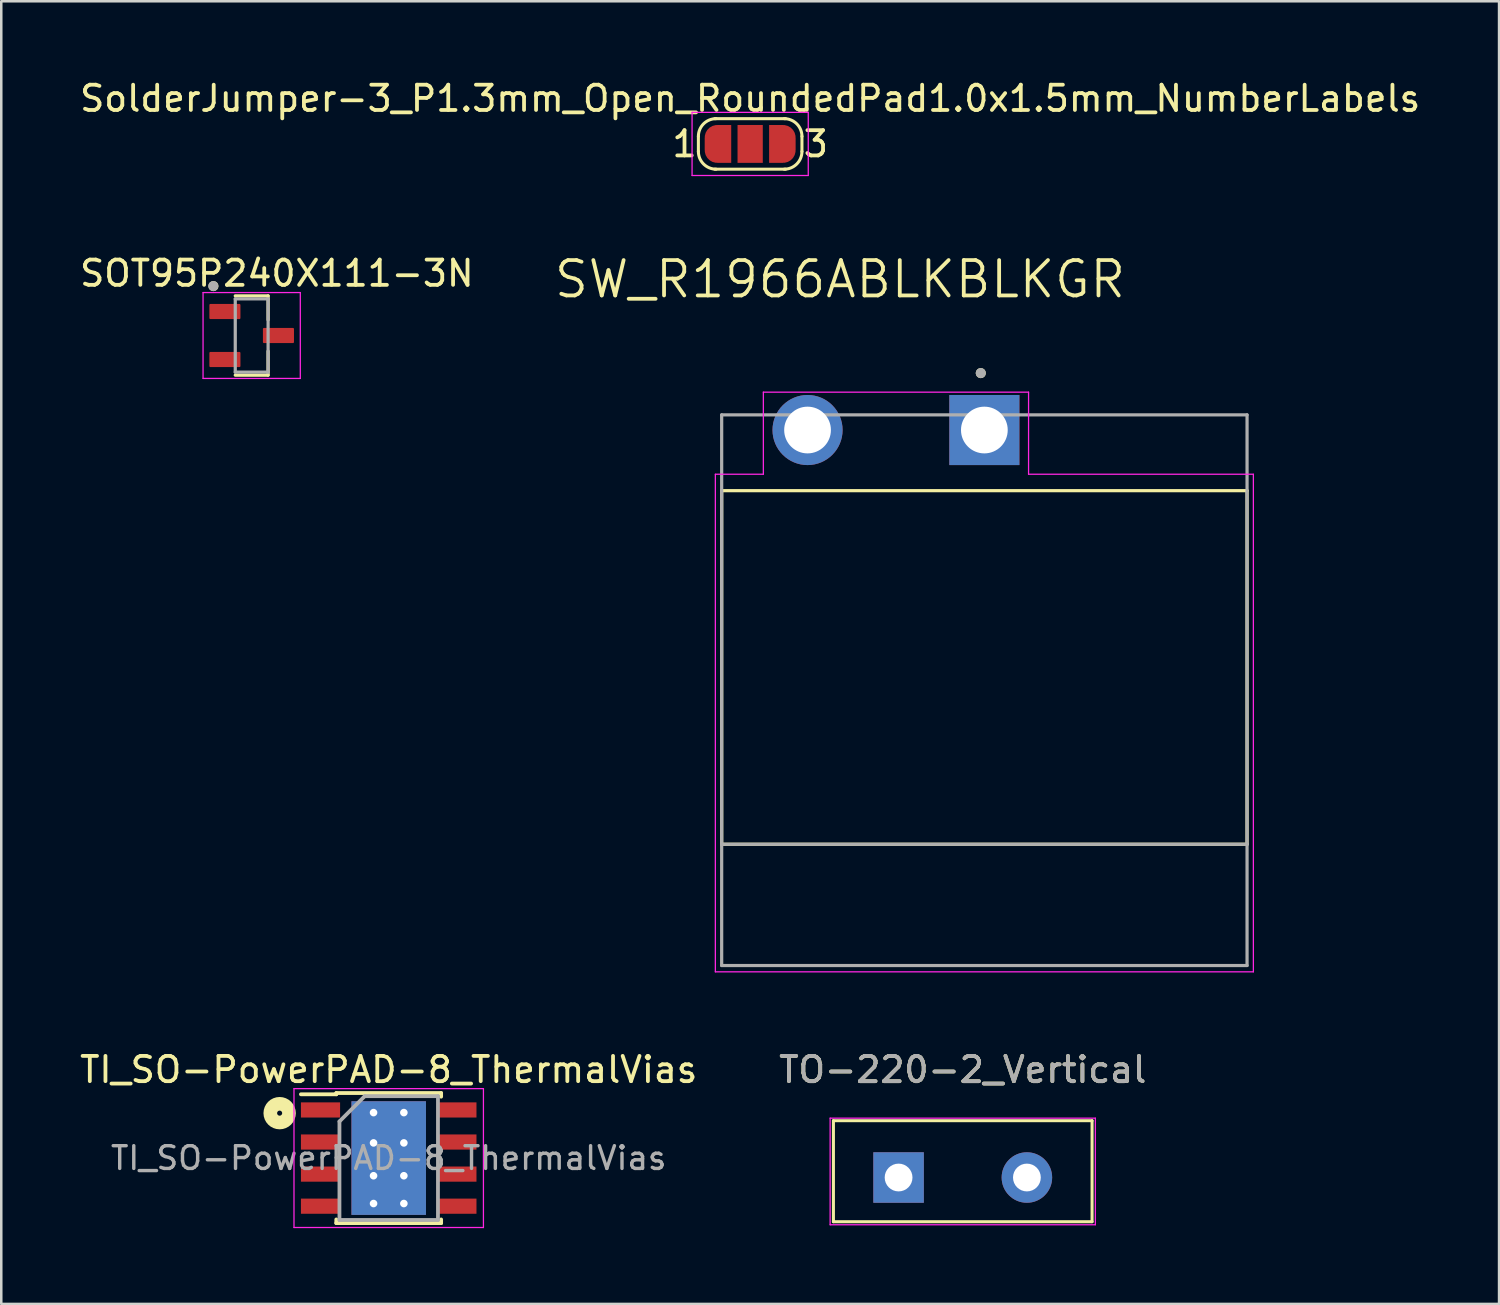
<source format=kicad_pcb>
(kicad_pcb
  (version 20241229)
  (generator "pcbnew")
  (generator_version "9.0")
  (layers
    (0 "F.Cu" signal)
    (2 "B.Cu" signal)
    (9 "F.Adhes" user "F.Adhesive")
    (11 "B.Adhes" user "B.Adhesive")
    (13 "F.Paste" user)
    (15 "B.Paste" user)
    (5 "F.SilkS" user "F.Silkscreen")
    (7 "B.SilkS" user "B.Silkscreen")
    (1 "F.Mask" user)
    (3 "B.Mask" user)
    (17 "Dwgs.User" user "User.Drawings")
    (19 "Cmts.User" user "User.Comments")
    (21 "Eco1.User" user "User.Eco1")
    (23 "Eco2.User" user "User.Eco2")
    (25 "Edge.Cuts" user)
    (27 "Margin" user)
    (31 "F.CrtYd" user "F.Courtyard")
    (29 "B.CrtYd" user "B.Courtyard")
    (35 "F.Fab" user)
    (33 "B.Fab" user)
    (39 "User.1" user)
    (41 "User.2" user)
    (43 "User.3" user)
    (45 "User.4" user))
  (footprint "TI_SO-PowerPAD-8_ThermalVias"
    (layer "F.Cu")
    (at 12.339 42.798)
    (property "Reference" "TI_SO-PowerPAD-8_ThermalVias" (at 0 -3.5 0) (layer "F.SilkS") (effects (font (size 1 1) (thickness 0.15))))
    (attr smd)
    (fp_line (start -2.075 -2.575) (end -2.075 -2.525) (stroke (width 0.15) (type solid)) (layer "F.SilkS"))
    (fp_line (start -2.075 -2.575) (end 2.075 -2.575) (stroke (width 0.15) (type solid)) (layer "F.SilkS"))
    (fp_line (start -2.075 -2.525) (end -3.475 -2.525) (stroke (width 0.15) (type solid)) (layer "F.SilkS"))
    (fp_line (start -2.075 2.575) (end -2.075 2.43) (stroke (width 0.15) (type solid)) (layer "F.SilkS"))
    (fp_line (start -2.075 2.575) (end 2.075 2.575) (stroke (width 0.15) (type solid)) (layer "F.SilkS"))
    (fp_line (start 2.075 -2.575) (end 2.075 -2.43) (stroke (width 0.15) (type solid)) (layer "F.SilkS"))
    (fp_line (start 2.075 2.575) (end 2.075 2.43) (stroke (width 0.15) (type solid)) (layer "F.SilkS"))
    (fp_circle (center -4.318 -1.778) (end -4.218 -1.778) (stroke (width 0.54) (type default)) (fill no) (layer "F.SilkS"))
    (fp_line (start -3.75 -2.75) (end -3.75 2.75) (stroke (width 0.05) (type solid)) (layer "F.CrtYd"))
    (fp_line (start -3.75 -2.75) (end 3.75 -2.75) (stroke (width 0.05) (type solid)) (layer "F.CrtYd"))
    (fp_line (start -3.75 2.75) (end 3.75 2.75) (stroke (width 0.05) (type solid)) (layer "F.CrtYd"))
    (fp_line (start 3.75 -2.75) (end 3.75 2.75) (stroke (width 0.05) (type solid)) (layer "F.CrtYd"))
    (fp_line (start -1.95 -1.45) (end -0.95 -2.45) (stroke (width 0.15) (type solid)) (layer "F.Fab"))
    (fp_line (start -1.95 2.45) (end -1.95 -1.45) (stroke (width 0.15) (type solid)) (layer "F.Fab"))
    (fp_line (start -0.95 -2.45) (end 1.95 -2.45) (stroke (width 0.15) (type solid)) (layer "F.Fab"))
    (fp_line (start 1.95 -2.45) (end 1.95 2.45) (stroke (width 0.15) (type solid)) (layer "F.Fab"))
    (fp_line (start 1.95 2.45) (end -1.95 2.45) (stroke (width 0.15) (type solid)) (layer "F.Fab"))
    (fp_text user "${REFERENCE}" (at 0 0 0) (layer "F.Fab") (effects (font (size 0.9 0.9) (thickness 0.135))))
    (pad "1" smd rect (at -2.7 -1.905) (size 1.55 0.6) (layers "F.Cu" "F.Mask" "F.Paste"))
    (pad "2" smd rect (at -2.7 -0.635) (size 1.55 0.6) (layers "F.Cu" "F.Mask" "F.Paste"))
    (pad "3" smd rect (at -2.7 0.635) (size 1.55 0.6) (layers "F.Cu" "F.Mask" "F.Paste"))
    (pad "4" smd rect (at -2.7 1.905) (size 1.55 0.6) (layers "F.Cu" "F.Mask" "F.Paste"))
    (pad "5" smd rect (at 2.7 1.905) (size 1.55 0.6) (layers "F.Cu" "F.Mask" "F.Paste"))
    (pad "6" smd rect (at 2.7 0.635) (size 1.55 0.6) (layers "F.Cu" "F.Mask" "F.Paste"))
    (pad "7" smd rect (at 2.7 -0.635) (size 1.55 0.6) (layers "F.Cu" "F.Mask" "F.Paste"))
    (pad "8" smd rect (at 2.7 -1.905) (size 1.55 0.6) (layers "F.Cu" "F.Mask" "F.Paste"))
    (pad "9" thru_hole circle (at -0.6 -1.8) (size 0.6 0.6) (drill 0.3) (layers "*.Cu"))
    (pad "9" thru_hole circle (at -0.6 -0.6) (size 0.6 0.6) (drill 0.3) (layers "*.Cu"))
    (pad "9" thru_hole circle (at -0.6 0.7) (size 0.6 0.6) (drill 0.3) (layers "*.Cu"))
    (pad "9" thru_hole circle (at -0.6 1.8) (size 0.6 0.6) (drill 0.3) (layers "*.Cu"))
    (pad "9" smd rect (at 0 0) (size 2.6 3.1) (layers "F.Cu" "F.Mask" "F.Paste"))
    (pad "9" smd rect (at 0 0) (size 2.95 4.5) (layers "F.Cu"))
    (pad "9" smd rect (at 0 0) (size 2.95 4.5) (layers "B.Cu"))
    (pad "9" thru_hole circle (at 0.6 -1.8) (size 0.6 0.6) (drill 0.3) (layers "*.Cu"))
    (pad "9" thru_hole circle (at 0.6 -0.6) (size 0.6 0.6) (drill 0.3) (layers "*.Cu"))
    (pad "9" thru_hole circle (at 0.6 0.7) (size 0.6 0.6) (drill 0.3) (layers "*.Cu"))
    (pad "9" thru_hole circle (at 0.6 1.8) (size 0.6 0.6) (drill 0.3) (layers "*.Cu")))
  (footprint "SW_R1966ABLKBLKGR"
    (layer "F.Cu")
    (at 35.921 13.975)
    (property "Reference" "SW_R1966ABLKBLKGR" (at -5.715 -5.969 0) (layer "F.SilkS") (effects (font (size 1.4 1.4) (thickness 0.15))))
    (attr through_hole)
    (fp_line (start -10.4 2.4) (end -10.4 16.4) (stroke (width 0.127) (type solid)) (layer "F.SilkS"))
    (fp_line (start -10.4 2.4) (end 10.4 2.4) (stroke (width 0.127) (type solid)) (layer "F.SilkS"))
    (fp_line (start -10.4 16.4) (end 10.4 16.4) (stroke (width 0.127) (type solid)) (layer "F.SilkS"))
    (fp_line (start 10.4 16.4) (end 10.4 2.4) (stroke (width 0.127) (type solid)) (layer "F.SilkS"))
    (fp_circle (center -0.142 -2.254) (end -0.042 -2.254) (stroke (width 0.2) (type solid)) (fill no) (layer "F.SilkS"))
    (fp_line (start -10.65 21.45) (end -10.65 1.75) (stroke (width 0.05) (type solid)) (layer "F.CrtYd"))
    (fp_line (start -8.75 -1.5) (end 1.75 -1.5) (stroke (width 0.05) (type solid)) (layer "F.CrtYd"))
    (fp_line (start -8.75 1.75) (end -10.65 1.75) (stroke (width 0.05) (type solid)) (layer "F.CrtYd"))
    (fp_line (start -8.75 1.75) (end -8.75 -1.5) (stroke (width 0.05) (type solid)) (layer "F.CrtYd"))
    (fp_line (start 1.75 1.75) (end 1.75 -1.5) (stroke (width 0.05) (type solid)) (layer "F.CrtYd"))
    (fp_line (start 1.75 1.75) (end 10.65 1.75) (stroke (width 0.05) (type solid)) (layer "F.CrtYd"))
    (fp_line (start 10.65 1.75) (end 10.65 21.45) (stroke (width 0.05) (type solid)) (layer "F.CrtYd"))
    (fp_line (start 10.65 21.45) (end -10.65 21.45) (stroke (width 0.05) (type solid)) (layer "F.CrtYd"))
    (fp_line (start -10.4 -0.6) (end 10.4 -0.6) (stroke (width 0.127) (type solid)) (layer "F.Fab"))
    (fp_line (start -10.4 16.4) (end -10.4 -0.6) (stroke (width 0.127) (type solid)) (layer "F.Fab"))
    (fp_line (start -10.4 16.4) (end 10.4 16.4) (stroke (width 0.127) (type solid)) (layer "F.Fab"))
    (fp_line (start -10.4 21.2) (end -10.4 16.4) (stroke (width 0.127) (type solid)) (layer "F.Fab"))
    (fp_line (start -10.4 21.2) (end 10.4 21.2) (stroke (width 0.127) (type solid)) (layer "F.Fab"))
    (fp_line (start 10.4 -0.6) (end 10.4 16.4) (stroke (width 0.127) (type solid)) (layer "F.Fab"))
    (fp_line (start 10.4 16.4) (end 10.4 21.2) (stroke (width 0.127) (type solid)) (layer "F.Fab"))
    (fp_circle (center -0.142 -2.254) (end -0.042 -2.254) (stroke (width 0.2) (type solid)) (fill no) (layer "F.Fab"))
    (pad "1" thru_hole rect (at 0 0) (size 2.775 2.775) (drill 1.85) (layers "*.Cu" "*.Mask"))
    (pad "2" thru_hole circle (at -7 0) (size 2.775 2.775) (drill 1.85) (layers "*.Cu" "*.Mask")))
  (footprint "SolderJumper-3_P1.3mm_Open_RoundedPad1.0x1.5mm_NumberLabels"
    (layer "F.Cu")
    (at 26.649 2.648)
    (property "Reference" "SolderJumper-3_P1.3mm_Open_RoundedPad1.0x1.5mm_NumberLabels" (at 0 -1.8 0) (layer "F.SilkS") (effects (font (size 1 1) (thickness 0.15))))
    (attr exclude_from_pos_files exclude_from_bom allow_soldermask_bridges)
    (fp_rect (start -0.75 -0.849) (end 0.75 0.849) (stroke (width 0) (type default)) (fill yes) (layer "F.Mask"))
    (fp_line (start -2.05 0.3) (end -2.05 -0.3) (stroke (width 0.12) (type solid)) (layer "F.SilkS"))
    (fp_line (start -1.4 -1) (end 1.4 -1) (stroke (width 0.12) (type solid)) (layer "F.SilkS"))
    (fp_line (start 1.4 1) (end -1.4 1) (stroke (width 0.12) (type solid)) (layer "F.SilkS"))
    (fp_line (start 2.05 -0.3) (end 2.05 0.3) (stroke (width 0.12) (type solid)) (layer "F.SilkS"))
    (fp_arc (start -2.05 -0.3) (mid -1.844975 -0.794975) (end -1.35 -1) (stroke (width 0.12) (type solid)) (layer "F.SilkS"))
    (fp_arc (start -1.35 1) (mid -1.844975 0.794975) (end -2.05 0.3) (stroke (width 0.12) (type solid)) (layer "F.SilkS"))
    (fp_arc (start 1.35 -1) (mid 1.844975 -0.794975) (end 2.05 -0.3) (stroke (width 0.12) (type solid)) (layer "F.SilkS"))
    (fp_arc (start 2.05 0.3) (mid 1.844975 0.794975) (end 1.35 1) (stroke (width 0.12) (type solid)) (layer "F.SilkS"))
    (fp_line (start -2.3 -1.25) (end -2.3 1.25) (stroke (width 0.05) (type solid)) (layer "F.CrtYd"))
    (fp_line (start -2.3 -1.25) (end 2.3 -1.25) (stroke (width 0.05) (type solid)) (layer "F.CrtYd"))
    (fp_line (start 2.3 1.25) (end -2.3 1.25) (stroke (width 0.05) (type solid)) (layer "F.CrtYd"))
    (fp_line (start 2.3 1.25) (end 2.3 -1.25) (stroke (width 0.05) (type solid)) (layer "F.CrtYd"))
    (fp_text user "3" (at 2.6 0 0) (layer "F.SilkS") (effects (font (size 1 1) (thickness 0.15))))
    (fp_text user "1" (at -2.6 0 0) (layer "F.SilkS") (effects (font (size 1 1) (thickness 0.15))))
    (pad "1" smd custom (at -1.3 0) (size 1 0.5) (layers "F.Cu" "F.Mask") (options (anchor rect)) (primitives (gr_circle (center 0 0.25) (end 0.5 0.25) (width 0) (fill yes)) (gr_circle (center 0 -0.25) (end 0.5 -0.25) (width 0) (fill yes)) (gr_poly (pts (xy 0.55 0.75) (xy 0 0.75) (xy 0 -0.75) (xy 0.55 -0.75)) (width 0) (fill yes))))
    (pad "2" smd rect (at 0 0) (size 1 1.5) (layers "F.Cu" "F.Mask"))
    (pad "3" smd custom (at 1.3 0) (size 1 0.5) (layers "F.Cu" "F.Mask") (options (anchor rect)) (primitives (gr_circle (center 0 0.25) (end 0.5 0.25) (width 0) (fill yes)) (gr_circle (center 0 -0.25) (end 0.5 -0.25) (width 0) (fill yes)) (gr_poly (pts (xy 0 0.75) (xy -0.55 0.75) (xy -0.55 -0.75) (xy 0 -0.75)) (width 0) (fill yes)))))
  (footprint "SOT95P240X111-3N"
    (layer "F.Cu")
    (at 6.914 10.233)
    (property "Reference" "SOT95P240X111-3N" (at 0.997 -2.461 0) (layer "F.SilkS") (effects (font (size 1 1) (thickness 0.15))))
    (attr smd)
    (fp_line (start -0.65 -1.57) (end 0.65 -1.57) (stroke (width 0.127) (type solid)) (layer "F.SilkS"))
    (fp_line (start -0.65 1.57) (end 0.65 1.57) (stroke (width 0.127) (type solid)) (layer "F.SilkS"))
    (fp_line (start 0.65 -1.57) (end 0.65 -0.62) (stroke (width 0.127) (type solid)) (layer "F.SilkS"))
    (fp_line (start 0.65 1.57) (end 0.65 0.62) (stroke (width 0.127) (type solid)) (layer "F.SilkS"))
    (fp_circle (center -1.513 -1.956) (end -1.413 -1.956) (stroke (width 0.2) (type solid)) (fill no) (layer "F.SilkS"))
    (fp_line (start -1.925 -1.7) (end 1.925 -1.7) (stroke (width 0.05) (type solid)) (layer "F.CrtYd"))
    (fp_line (start -1.925 1.7) (end -1.925 -1.7) (stroke (width 0.05) (type solid)) (layer "F.CrtYd"))
    (fp_line (start 1.925 1.7) (end -1.925 1.7) (stroke (width 0.05) (type solid)) (layer "F.CrtYd"))
    (fp_line (start 1.925 1.7) (end 1.925 -1.7) (stroke (width 0.05) (type solid)) (layer "F.CrtYd"))
    (fp_line (start -0.65 -1.45) (end 0.65 -1.45) (stroke (width 0.127) (type solid)) (layer "F.Fab"))
    (fp_line (start -0.65 1.45) (end -0.65 -1.45) (stroke (width 0.127) (type solid)) (layer "F.Fab"))
    (fp_line (start 0.65 -1.45) (end 0.65 1.45) (stroke (width 0.127) (type solid)) (layer "F.Fab"))
    (fp_line (start 0.65 1.45) (end -0.65 1.45) (stroke (width 0.127) (type solid)) (layer "F.Fab"))
    (fp_circle (center -1.521 -1.956) (end -1.421 -1.956) (stroke (width 0.2) (type solid)) (fill no) (layer "F.Fab"))
    (pad "1" smd roundrect (at -1.06 -0.95) (size 1.23 0.6) (layers "F.Cu" "F.Mask" "F.Paste") (roundrect_rratio 0.07))
    (pad "2" smd roundrect (at -1.06 0.95) (size 1.23 0.6) (layers "F.Cu" "F.Mask" "F.Paste") (roundrect_rratio 0.07))
    (pad "3" smd roundrect (at 1.06 0) (size 1.23 0.6) (layers "F.Cu" "F.Mask" "F.Paste") (roundrect_rratio 0.07)))
  (footprint "TO-220-2_Vertical"
    (layer "F.Cu")
    (at 32.525 43.568)
    (property "Reference" "TO-220-2_Vertical" (at 2.54 -4.27 0) (layer "F.SilkS") (effects (font (size 1 1) (thickness 0.15))))
    (attr through_hole)
    (fp_line (start -2.58 -2.25) (end -2.58 1.75) (stroke (width 0.12) (type solid)) (layer "F.SilkS"))
    (fp_line (start -2.58 -2.25) (end 7.66 -2.25) (stroke (width 0.12) (type solid)) (layer "F.SilkS"))
    (fp_line (start -2.58 1.75) (end 7.66 1.75) (stroke (width 0.12) (type solid)) (layer "F.SilkS"))
    (fp_line (start 7.66 -2.25) (end 7.66 1.75) (stroke (width 0.12) (type solid)) (layer "F.SilkS"))
    (fp_line (start -2.71 -2.35) (end -2.71 1.87) (stroke (width 0.05) (type solid)) (layer "F.CrtYd"))
    (fp_line (start -2.71 1.87) (end 7.79 1.87) (stroke (width 0.05) (type solid)) (layer "F.CrtYd"))
    (fp_line (start 7.79 -2.35) (end -2.71 -2.35) (stroke (width 0.05) (type solid)) (layer "F.CrtYd"))
    (fp_line (start 7.79 1.87) (end 7.79 -2.35) (stroke (width 0.05) (type solid)) (layer "F.CrtYd"))
    (fp_text user "${REFERENCE}" (at 2.54 -4.27 0) (layer "F.Fab") (effects (font (size 1 1) (thickness 0.15))))
    (pad "1" thru_hole rect (at 0 0) (size 2 2) (drill 1.1) (layers "*.Cu" "*.Mask"))
    (pad "2" thru_hole oval (at 5.08 0) (size 2 2) (drill 1.1) (layers "*.Cu" "*.Mask")))
  (gr_rect
    (start -3 -3)
    (end 56.298 48.573)
    (stroke (width 0.1) (type default))
    (fill no)
    (layer "Edge.Cuts")))
</source>
